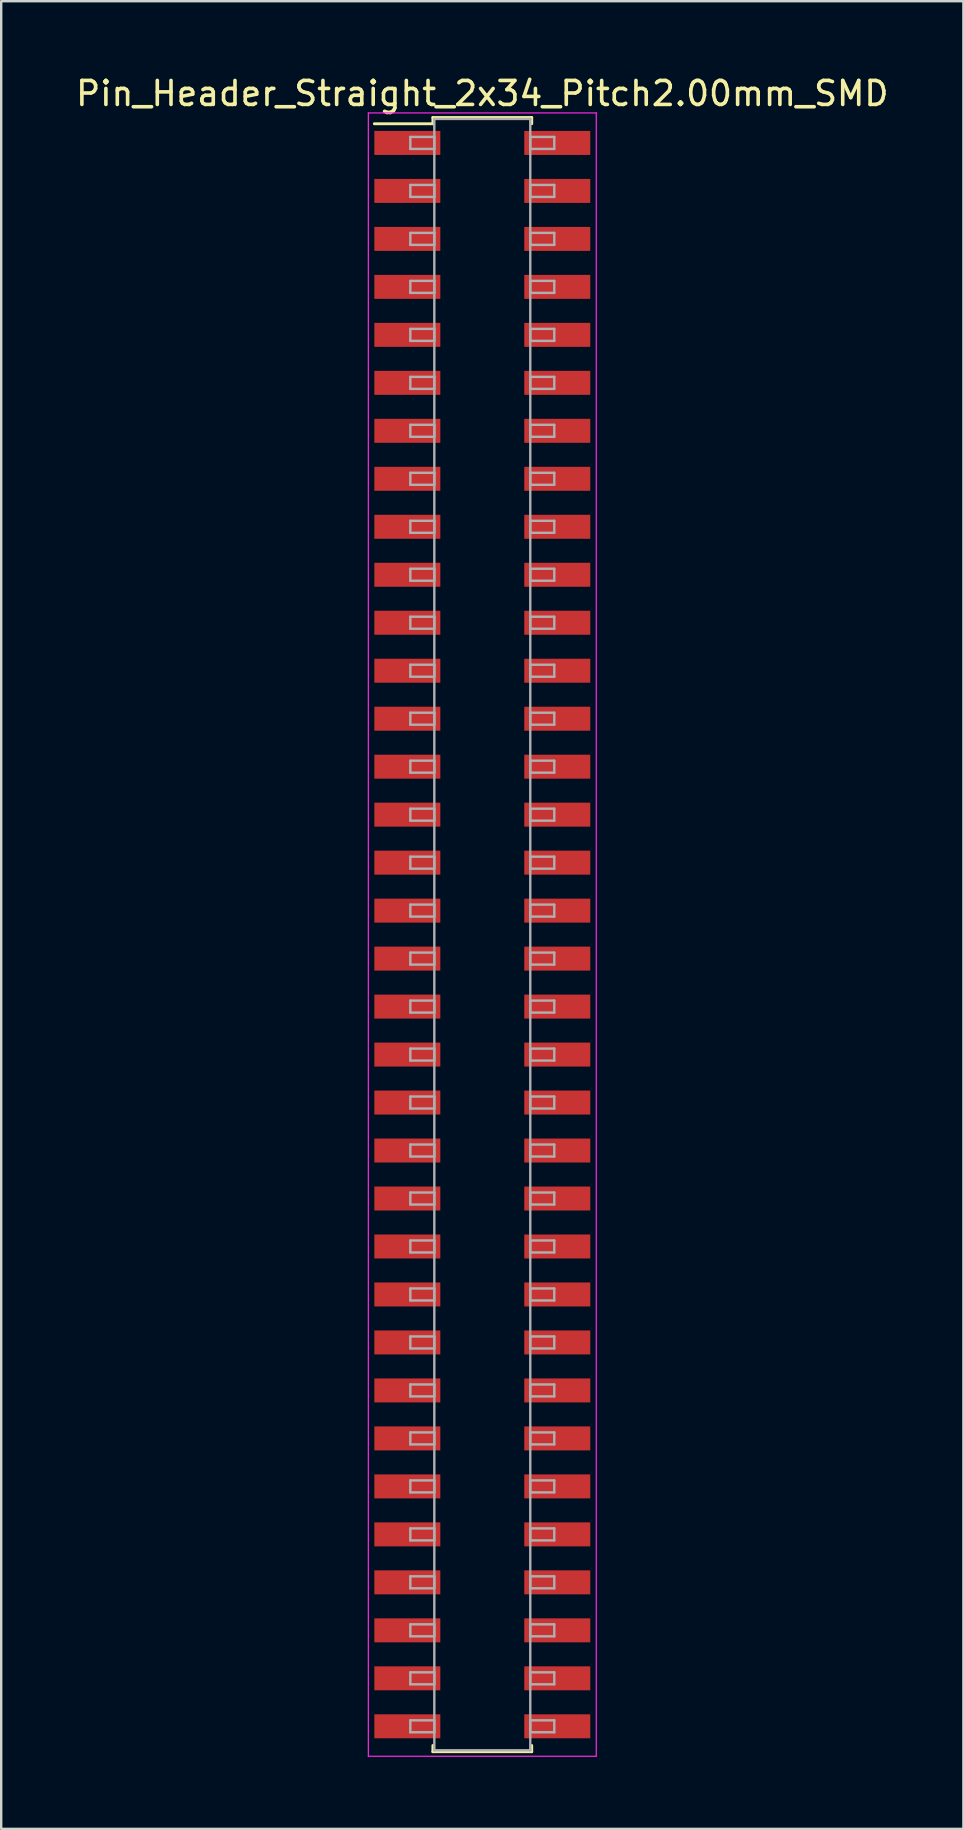
<source format=kicad_pcb>
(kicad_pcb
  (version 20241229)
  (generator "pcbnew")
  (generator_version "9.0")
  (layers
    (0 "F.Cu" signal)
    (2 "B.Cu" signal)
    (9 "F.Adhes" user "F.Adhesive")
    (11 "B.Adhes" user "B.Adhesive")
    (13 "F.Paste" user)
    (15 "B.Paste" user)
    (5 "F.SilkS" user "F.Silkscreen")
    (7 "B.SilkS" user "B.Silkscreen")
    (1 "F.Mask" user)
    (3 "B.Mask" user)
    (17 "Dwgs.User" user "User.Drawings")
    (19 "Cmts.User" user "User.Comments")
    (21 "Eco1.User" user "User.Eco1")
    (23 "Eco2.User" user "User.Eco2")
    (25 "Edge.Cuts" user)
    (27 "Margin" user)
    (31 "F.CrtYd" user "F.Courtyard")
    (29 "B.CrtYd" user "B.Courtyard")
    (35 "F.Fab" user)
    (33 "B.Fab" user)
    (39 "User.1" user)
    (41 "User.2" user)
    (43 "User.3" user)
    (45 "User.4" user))
  (footprint "Pin_Header_Straight_2x34_Pitch2.00mm_SMD"
    (layer "F.Cu")
    (at 17.054 35.908)
    (property "Reference" "Pin_Header_Straight_2x34_Pitch2.00mm_SMD" (at 0 -35.06 0) (layer "F.SilkS") (effects (font (size 1 1) (thickness 0.15))))
    (attr smd)
    (fp_line (start -4.5 -33.8) (end -2.06 -33.8) (stroke (width 0.12) (type solid)) (layer "F.SilkS"))
    (fp_line (start -2.06 -34.06) (end 2.06 -34.06) (stroke (width 0.12) (type solid)) (layer "F.SilkS"))
    (fp_line (start -2.06 -33.8) (end -2.06 -34.06) (stroke (width 0.12) (type solid)) (layer "F.SilkS"))
    (fp_line (start -2.06 33.8) (end -2.06 34.06) (stroke (width 0.12) (type solid)) (layer "F.SilkS"))
    (fp_line (start -2.06 34.06) (end 2.06 34.06) (stroke (width 0.12) (type solid)) (layer "F.SilkS"))
    (fp_line (start 2.06 -34.06) (end 2.06 -33.8) (stroke (width 0.12) (type solid)) (layer "F.SilkS"))
    (fp_line (start 2.06 34.06) (end 2.06 33.8) (stroke (width 0.12) (type solid)) (layer "F.SilkS"))
    (fp_line (start -4.75 -34.25) (end -4.75 34.25) (stroke (width 0.05) (type solid)) (layer "F.CrtYd"))
    (fp_line (start -4.75 34.25) (end 4.75 34.25) (stroke (width 0.05) (type solid)) (layer "F.CrtYd"))
    (fp_line (start 4.75 -34.25) (end -4.75 -34.25) (stroke (width 0.05) (type solid)) (layer "F.CrtYd"))
    (fp_line (start 4.75 34.25) (end 4.75 -34.25) (stroke (width 0.05) (type solid)) (layer "F.CrtYd"))
    (fp_line (start -3 -33.25) (end -2 -33.25) (stroke (width 0.1) (type solid)) (layer "F.Fab"))
    (fp_line (start -3 -32.75) (end -3 -33.25) (stroke (width 0.1) (type solid)) (layer "F.Fab"))
    (fp_line (start -3 -31.25) (end -2 -31.25) (stroke (width 0.1) (type solid)) (layer "F.Fab"))
    (fp_line (start -3 -30.75) (end -3 -31.25) (stroke (width 0.1) (type solid)) (layer "F.Fab"))
    (fp_line (start -3 -29.25) (end -2 -29.25) (stroke (width 0.1) (type solid)) (layer "F.Fab"))
    (fp_line (start -3 -28.75) (end -3 -29.25) (stroke (width 0.1) (type solid)) (layer "F.Fab"))
    (fp_line (start -3 -27.25) (end -2 -27.25) (stroke (width 0.1) (type solid)) (layer "F.Fab"))
    (fp_line (start -3 -26.75) (end -3 -27.25) (stroke (width 0.1) (type solid)) (layer "F.Fab"))
    (fp_line (start -3 -25.25) (end -2 -25.25) (stroke (width 0.1) (type solid)) (layer "F.Fab"))
    (fp_line (start -3 -24.75) (end -3 -25.25) (stroke (width 0.1) (type solid)) (layer "F.Fab"))
    (fp_line (start -3 -23.25) (end -2 -23.25) (stroke (width 0.1) (type solid)) (layer "F.Fab"))
    (fp_line (start -3 -22.75) (end -3 -23.25) (stroke (width 0.1) (type solid)) (layer "F.Fab"))
    (fp_line (start -3 -21.25) (end -2 -21.25) (stroke (width 0.1) (type solid)) (layer "F.Fab"))
    (fp_line (start -3 -20.75) (end -3 -21.25) (stroke (width 0.1) (type solid)) (layer "F.Fab"))
    (fp_line (start -3 -19.25) (end -2 -19.25) (stroke (width 0.1) (type solid)) (layer "F.Fab"))
    (fp_line (start -3 -18.75) (end -3 -19.25) (stroke (width 0.1) (type solid)) (layer "F.Fab"))
    (fp_line (start -3 -17.25) (end -2 -17.25) (stroke (width 0.1) (type solid)) (layer "F.Fab"))
    (fp_line (start -3 -16.75) (end -3 -17.25) (stroke (width 0.1) (type solid)) (layer "F.Fab"))
    (fp_line (start -3 -15.25) (end -2 -15.25) (stroke (width 0.1) (type solid)) (layer "F.Fab"))
    (fp_line (start -3 -14.75) (end -3 -15.25) (stroke (width 0.1) (type solid)) (layer "F.Fab"))
    (fp_line (start -3 -13.25) (end -2 -13.25) (stroke (width 0.1) (type solid)) (layer "F.Fab"))
    (fp_line (start -3 -12.75) (end -3 -13.25) (stroke (width 0.1) (type solid)) (layer "F.Fab"))
    (fp_line (start -3 -11.25) (end -2 -11.25) (stroke (width 0.1) (type solid)) (layer "F.Fab"))
    (fp_line (start -3 -10.75) (end -3 -11.25) (stroke (width 0.1) (type solid)) (layer "F.Fab"))
    (fp_line (start -3 -9.25) (end -2 -9.25) (stroke (width 0.1) (type solid)) (layer "F.Fab"))
    (fp_line (start -3 -8.75) (end -3 -9.25) (stroke (width 0.1) (type solid)) (layer "F.Fab"))
    (fp_line (start -3 -7.25) (end -2 -7.25) (stroke (width 0.1) (type solid)) (layer "F.Fab"))
    (fp_line (start -3 -6.75) (end -3 -7.25) (stroke (width 0.1) (type solid)) (layer "F.Fab"))
    (fp_line (start -3 -5.25) (end -2 -5.25) (stroke (width 0.1) (type solid)) (layer "F.Fab"))
    (fp_line (start -3 -4.75) (end -3 -5.25) (stroke (width 0.1) (type solid)) (layer "F.Fab"))
    (fp_line (start -3 -3.25) (end -2 -3.25) (stroke (width 0.1) (type solid)) (layer "F.Fab"))
    (fp_line (start -3 -2.75) (end -3 -3.25) (stroke (width 0.1) (type solid)) (layer "F.Fab"))
    (fp_line (start -3 -1.25) (end -2 -1.25) (stroke (width 0.1) (type solid)) (layer "F.Fab"))
    (fp_line (start -3 -0.75) (end -3 -1.25) (stroke (width 0.1) (type solid)) (layer "F.Fab"))
    (fp_line (start -3 0.75) (end -2 0.75) (stroke (width 0.1) (type solid)) (layer "F.Fab"))
    (fp_line (start -3 1.25) (end -3 0.75) (stroke (width 0.1) (type solid)) (layer "F.Fab"))
    (fp_line (start -3 2.75) (end -2 2.75) (stroke (width 0.1) (type solid)) (layer "F.Fab"))
    (fp_line (start -3 3.25) (end -3 2.75) (stroke (width 0.1) (type solid)) (layer "F.Fab"))
    (fp_line (start -3 4.75) (end -2 4.75) (stroke (width 0.1) (type solid)) (layer "F.Fab"))
    (fp_line (start -3 5.25) (end -3 4.75) (stroke (width 0.1) (type solid)) (layer "F.Fab"))
    (fp_line (start -3 6.75) (end -2 6.75) (stroke (width 0.1) (type solid)) (layer "F.Fab"))
    (fp_line (start -3 7.25) (end -3 6.75) (stroke (width 0.1) (type solid)) (layer "F.Fab"))
    (fp_line (start -3 8.75) (end -2 8.75) (stroke (width 0.1) (type solid)) (layer "F.Fab"))
    (fp_line (start -3 9.25) (end -3 8.75) (stroke (width 0.1) (type solid)) (layer "F.Fab"))
    (fp_line (start -3 10.75) (end -2 10.75) (stroke (width 0.1) (type solid)) (layer "F.Fab"))
    (fp_line (start -3 11.25) (end -3 10.75) (stroke (width 0.1) (type solid)) (layer "F.Fab"))
    (fp_line (start -3 12.75) (end -2 12.75) (stroke (width 0.1) (type solid)) (layer "F.Fab"))
    (fp_line (start -3 13.25) (end -3 12.75) (stroke (width 0.1) (type solid)) (layer "F.Fab"))
    (fp_line (start -3 14.75) (end -2 14.75) (stroke (width 0.1) (type solid)) (layer "F.Fab"))
    (fp_line (start -3 15.25) (end -3 14.75) (stroke (width 0.1) (type solid)) (layer "F.Fab"))
    (fp_line (start -3 16.75) (end -2 16.75) (stroke (width 0.1) (type solid)) (layer "F.Fab"))
    (fp_line (start -3 17.25) (end -3 16.75) (stroke (width 0.1) (type solid)) (layer "F.Fab"))
    (fp_line (start -3 18.75) (end -2 18.75) (stroke (width 0.1) (type solid)) (layer "F.Fab"))
    (fp_line (start -3 19.25) (end -3 18.75) (stroke (width 0.1) (type solid)) (layer "F.Fab"))
    (fp_line (start -3 20.75) (end -2 20.75) (stroke (width 0.1) (type solid)) (layer "F.Fab"))
    (fp_line (start -3 21.25) (end -3 20.75) (stroke (width 0.1) (type solid)) (layer "F.Fab"))
    (fp_line (start -3 22.75) (end -2 22.75) (stroke (width 0.1) (type solid)) (layer "F.Fab"))
    (fp_line (start -3 23.25) (end -3 22.75) (stroke (width 0.1) (type solid)) (layer "F.Fab"))
    (fp_line (start -3 24.75) (end -2 24.75) (stroke (width 0.1) (type solid)) (layer "F.Fab"))
    (fp_line (start -3 25.25) (end -3 24.75) (stroke (width 0.1) (type solid)) (layer "F.Fab"))
    (fp_line (start -3 26.75) (end -2 26.75) (stroke (width 0.1) (type solid)) (layer "F.Fab"))
    (fp_line (start -3 27.25) (end -3 26.75) (stroke (width 0.1) (type solid)) (layer "F.Fab"))
    (fp_line (start -3 28.75) (end -2 28.75) (stroke (width 0.1) (type solid)) (layer "F.Fab"))
    (fp_line (start -3 29.25) (end -3 28.75) (stroke (width 0.1) (type solid)) (layer "F.Fab"))
    (fp_line (start -3 30.75) (end -2 30.75) (stroke (width 0.1) (type solid)) (layer "F.Fab"))
    (fp_line (start -3 31.25) (end -3 30.75) (stroke (width 0.1) (type solid)) (layer "F.Fab"))
    (fp_line (start -3 32.75) (end -2 32.75) (stroke (width 0.1) (type solid)) (layer "F.Fab"))
    (fp_line (start -3 33.25) (end -3 32.75) (stroke (width 0.1) (type solid)) (layer "F.Fab"))
    (fp_line (start -2 -34) (end -2 34) (stroke (width 0.1) (type solid)) (layer "F.Fab"))
    (fp_line (start -2 -33.25) (end -2 -32.75) (stroke (width 0.1) (type solid)) (layer "F.Fab"))
    (fp_line (start -2 -32.75) (end -3 -32.75) (stroke (width 0.1) (type solid)) (layer "F.Fab"))
    (fp_line (start -2 -31.25) (end -2 -30.75) (stroke (width 0.1) (type solid)) (layer "F.Fab"))
    (fp_line (start -2 -30.75) (end -3 -30.75) (stroke (width 0.1) (type solid)) (layer "F.Fab"))
    (fp_line (start -2 -29.25) (end -2 -28.75) (stroke (width 0.1) (type solid)) (layer "F.Fab"))
    (fp_line (start -2 -28.75) (end -3 -28.75) (stroke (width 0.1) (type solid)) (layer "F.Fab"))
    (fp_line (start -2 -27.25) (end -2 -26.75) (stroke (width 0.1) (type solid)) (layer "F.Fab"))
    (fp_line (start -2 -26.75) (end -3 -26.75) (stroke (width 0.1) (type solid)) (layer "F.Fab"))
    (fp_line (start -2 -25.25) (end -2 -24.75) (stroke (width 0.1) (type solid)) (layer "F.Fab"))
    (fp_line (start -2 -24.75) (end -3 -24.75) (stroke (width 0.1) (type solid)) (layer "F.Fab"))
    (fp_line (start -2 -23.25) (end -2 -22.75) (stroke (width 0.1) (type solid)) (layer "F.Fab"))
    (fp_line (start -2 -22.75) (end -3 -22.75) (stroke (width 0.1) (type solid)) (layer "F.Fab"))
    (fp_line (start -2 -21.25) (end -2 -20.75) (stroke (width 0.1) (type solid)) (layer "F.Fab"))
    (fp_line (start -2 -20.75) (end -3 -20.75) (stroke (width 0.1) (type solid)) (layer "F.Fab"))
    (fp_line (start -2 -19.25) (end -2 -18.75) (stroke (width 0.1) (type solid)) (layer "F.Fab"))
    (fp_line (start -2 -18.75) (end -3 -18.75) (stroke (width 0.1) (type solid)) (layer "F.Fab"))
    (fp_line (start -2 -17.25) (end -2 -16.75) (stroke (width 0.1) (type solid)) (layer "F.Fab"))
    (fp_line (start -2 -16.75) (end -3 -16.75) (stroke (width 0.1) (type solid)) (layer "F.Fab"))
    (fp_line (start -2 -15.25) (end -2 -14.75) (stroke (width 0.1) (type solid)) (layer "F.Fab"))
    (fp_line (start -2 -14.75) (end -3 -14.75) (stroke (width 0.1) (type solid)) (layer "F.Fab"))
    (fp_line (start -2 -13.25) (end -2 -12.75) (stroke (width 0.1) (type solid)) (layer "F.Fab"))
    (fp_line (start -2 -12.75) (end -3 -12.75) (stroke (width 0.1) (type solid)) (layer "F.Fab"))
    (fp_line (start -2 -11.25) (end -2 -10.75) (stroke (width 0.1) (type solid)) (layer "F.Fab"))
    (fp_line (start -2 -10.75) (end -3 -10.75) (stroke (width 0.1) (type solid)) (layer "F.Fab"))
    (fp_line (start -2 -9.25) (end -2 -8.75) (stroke (width 0.1) (type solid)) (layer "F.Fab"))
    (fp_line (start -2 -8.75) (end -3 -8.75) (stroke (width 0.1) (type solid)) (layer "F.Fab"))
    (fp_line (start -2 -7.25) (end -2 -6.75) (stroke (width 0.1) (type solid)) (layer "F.Fab"))
    (fp_line (start -2 -6.75) (end -3 -6.75) (stroke (width 0.1) (type solid)) (layer "F.Fab"))
    (fp_line (start -2 -5.25) (end -2 -4.75) (stroke (width 0.1) (type solid)) (layer "F.Fab"))
    (fp_line (start -2 -4.75) (end -3 -4.75) (stroke (width 0.1) (type solid)) (layer "F.Fab"))
    (fp_line (start -2 -3.25) (end -2 -2.75) (stroke (width 0.1) (type solid)) (layer "F.Fab"))
    (fp_line (start -2 -2.75) (end -3 -2.75) (stroke (width 0.1) (type solid)) (layer "F.Fab"))
    (fp_line (start -2 -1.25) (end -2 -0.75) (stroke (width 0.1) (type solid)) (layer "F.Fab"))
    (fp_line (start -2 -0.75) (end -3 -0.75) (stroke (width 0.1) (type solid)) (layer "F.Fab"))
    (fp_line (start -2 0.75) (end -2 1.25) (stroke (width 0.1) (type solid)) (layer "F.Fab"))
    (fp_line (start -2 1.25) (end -3 1.25) (stroke (width 0.1) (type solid)) (layer "F.Fab"))
    (fp_line (start -2 2.75) (end -2 3.25) (stroke (width 0.1) (type solid)) (layer "F.Fab"))
    (fp_line (start -2 3.25) (end -3 3.25) (stroke (width 0.1) (type solid)) (layer "F.Fab"))
    (fp_line (start -2 4.75) (end -2 5.25) (stroke (width 0.1) (type solid)) (layer "F.Fab"))
    (fp_line (start -2 5.25) (end -3 5.25) (stroke (width 0.1) (type solid)) (layer "F.Fab"))
    (fp_line (start -2 6.75) (end -2 7.25) (stroke (width 0.1) (type solid)) (layer "F.Fab"))
    (fp_line (start -2 7.25) (end -3 7.25) (stroke (width 0.1) (type solid)) (layer "F.Fab"))
    (fp_line (start -2 8.75) (end -2 9.25) (stroke (width 0.1) (type solid)) (layer "F.Fab"))
    (fp_line (start -2 9.25) (end -3 9.25) (stroke (width 0.1) (type solid)) (layer "F.Fab"))
    (fp_line (start -2 10.75) (end -2 11.25) (stroke (width 0.1) (type solid)) (layer "F.Fab"))
    (fp_line (start -2 11.25) (end -3 11.25) (stroke (width 0.1) (type solid)) (layer "F.Fab"))
    (fp_line (start -2 12.75) (end -2 13.25) (stroke (width 0.1) (type solid)) (layer "F.Fab"))
    (fp_line (start -2 13.25) (end -3 13.25) (stroke (width 0.1) (type solid)) (layer "F.Fab"))
    (fp_line (start -2 14.75) (end -2 15.25) (stroke (width 0.1) (type solid)) (layer "F.Fab"))
    (fp_line (start -2 15.25) (end -3 15.25) (stroke (width 0.1) (type solid)) (layer "F.Fab"))
    (fp_line (start -2 16.75) (end -2 17.25) (stroke (width 0.1) (type solid)) (layer "F.Fab"))
    (fp_line (start -2 17.25) (end -3 17.25) (stroke (width 0.1) (type solid)) (layer "F.Fab"))
    (fp_line (start -2 18.75) (end -2 19.25) (stroke (width 0.1) (type solid)) (layer "F.Fab"))
    (fp_line (start -2 19.25) (end -3 19.25) (stroke (width 0.1) (type solid)) (layer "F.Fab"))
    (fp_line (start -2 20.75) (end -2 21.25) (stroke (width 0.1) (type solid)) (layer "F.Fab"))
    (fp_line (start -2 21.25) (end -3 21.25) (stroke (width 0.1) (type solid)) (layer "F.Fab"))
    (fp_line (start -2 22.75) (end -2 23.25) (stroke (width 0.1) (type solid)) (layer "F.Fab"))
    (fp_line (start -2 23.25) (end -3 23.25) (stroke (width 0.1) (type solid)) (layer "F.Fab"))
    (fp_line (start -2 24.75) (end -2 25.25) (stroke (width 0.1) (type solid)) (layer "F.Fab"))
    (fp_line (start -2 25.25) (end -3 25.25) (stroke (width 0.1) (type solid)) (layer "F.Fab"))
    (fp_line (start -2 26.75) (end -2 27.25) (stroke (width 0.1) (type solid)) (layer "F.Fab"))
    (fp_line (start -2 27.25) (end -3 27.25) (stroke (width 0.1) (type solid)) (layer "F.Fab"))
    (fp_line (start -2 28.75) (end -2 29.25) (stroke (width 0.1) (type solid)) (layer "F.Fab"))
    (fp_line (start -2 29.25) (end -3 29.25) (stroke (width 0.1) (type solid)) (layer "F.Fab"))
    (fp_line (start -2 30.75) (end -2 31.25) (stroke (width 0.1) (type solid)) (layer "F.Fab"))
    (fp_line (start -2 31.25) (end -3 31.25) (stroke (width 0.1) (type solid)) (layer "F.Fab"))
    (fp_line (start -2 32.75) (end -2 33.25) (stroke (width 0.1) (type solid)) (layer "F.Fab"))
    (fp_line (start -2 33.25) (end -3 33.25) (stroke (width 0.1) (type solid)) (layer "F.Fab"))
    (fp_line (start -2 34) (end 2 34) (stroke (width 0.1) (type solid)) (layer "F.Fab"))
    (fp_line (start 2 -34) (end -2 -34) (stroke (width 0.1) (type solid)) (layer "F.Fab"))
    (fp_line (start 2 -33.25) (end 2 -32.75) (stroke (width 0.1) (type solid)) (layer "F.Fab"))
    (fp_line (start 2 -32.75) (end 3 -32.75) (stroke (width 0.1) (type solid)) (layer "F.Fab"))
    (fp_line (start 2 -31.25) (end 2 -30.75) (stroke (width 0.1) (type solid)) (layer "F.Fab"))
    (fp_line (start 2 -30.75) (end 3 -30.75) (stroke (width 0.1) (type solid)) (layer "F.Fab"))
    (fp_line (start 2 -29.25) (end 2 -28.75) (stroke (width 0.1) (type solid)) (layer "F.Fab"))
    (fp_line (start 2 -28.75) (end 3 -28.75) (stroke (width 0.1) (type solid)) (layer "F.Fab"))
    (fp_line (start 2 -27.25) (end 2 -26.75) (stroke (width 0.1) (type solid)) (layer "F.Fab"))
    (fp_line (start 2 -26.75) (end 3 -26.75) (stroke (width 0.1) (type solid)) (layer "F.Fab"))
    (fp_line (start 2 -25.25) (end 2 -24.75) (stroke (width 0.1) (type solid)) (layer "F.Fab"))
    (fp_line (start 2 -24.75) (end 3 -24.75) (stroke (width 0.1) (type solid)) (layer "F.Fab"))
    (fp_line (start 2 -23.25) (end 2 -22.75) (stroke (width 0.1) (type solid)) (layer "F.Fab"))
    (fp_line (start 2 -22.75) (end 3 -22.75) (stroke (width 0.1) (type solid)) (layer "F.Fab"))
    (fp_line (start 2 -21.25) (end 2 -20.75) (stroke (width 0.1) (type solid)) (layer "F.Fab"))
    (fp_line (start 2 -20.75) (end 3 -20.75) (stroke (width 0.1) (type solid)) (layer "F.Fab"))
    (fp_line (start 2 -19.25) (end 2 -18.75) (stroke (width 0.1) (type solid)) (layer "F.Fab"))
    (fp_line (start 2 -18.75) (end 3 -18.75) (stroke (width 0.1) (type solid)) (layer "F.Fab"))
    (fp_line (start 2 -17.25) (end 2 -16.75) (stroke (width 0.1) (type solid)) (layer "F.Fab"))
    (fp_line (start 2 -16.75) (end 3 -16.75) (stroke (width 0.1) (type solid)) (layer "F.Fab"))
    (fp_line (start 2 -15.25) (end 2 -14.75) (stroke (width 0.1) (type solid)) (layer "F.Fab"))
    (fp_line (start 2 -14.75) (end 3 -14.75) (stroke (width 0.1) (type solid)) (layer "F.Fab"))
    (fp_line (start 2 -13.25) (end 2 -12.75) (stroke (width 0.1) (type solid)) (layer "F.Fab"))
    (fp_line (start 2 -12.75) (end 3 -12.75) (stroke (width 0.1) (type solid)) (layer "F.Fab"))
    (fp_line (start 2 -11.25) (end 2 -10.75) (stroke (width 0.1) (type solid)) (layer "F.Fab"))
    (fp_line (start 2 -10.75) (end 3 -10.75) (stroke (width 0.1) (type solid)) (layer "F.Fab"))
    (fp_line (start 2 -9.25) (end 2 -8.75) (stroke (width 0.1) (type solid)) (layer "F.Fab"))
    (fp_line (start 2 -8.75) (end 3 -8.75) (stroke (width 0.1) (type solid)) (layer "F.Fab"))
    (fp_line (start 2 -7.25) (end 2 -6.75) (stroke (width 0.1) (type solid)) (layer "F.Fab"))
    (fp_line (start 2 -6.75) (end 3 -6.75) (stroke (width 0.1) (type solid)) (layer "F.Fab"))
    (fp_line (start 2 -5.25) (end 2 -4.75) (stroke (width 0.1) (type solid)) (layer "F.Fab"))
    (fp_line (start 2 -4.75) (end 3 -4.75) (stroke (width 0.1) (type solid)) (layer "F.Fab"))
    (fp_line (start 2 -3.25) (end 2 -2.75) (stroke (width 0.1) (type solid)) (layer "F.Fab"))
    (fp_line (start 2 -2.75) (end 3 -2.75) (stroke (width 0.1) (type solid)) (layer "F.Fab"))
    (fp_line (start 2 -1.25) (end 2 -0.75) (stroke (width 0.1) (type solid)) (layer "F.Fab"))
    (fp_line (start 2 -0.75) (end 3 -0.75) (stroke (width 0.1) (type solid)) (layer "F.Fab"))
    (fp_line (start 2 0.75) (end 2 1.25) (stroke (width 0.1) (type solid)) (layer "F.Fab"))
    (fp_line (start 2 1.25) (end 3 1.25) (stroke (width 0.1) (type solid)) (layer "F.Fab"))
    (fp_line (start 2 2.75) (end 2 3.25) (stroke (width 0.1) (type solid)) (layer "F.Fab"))
    (fp_line (start 2 3.25) (end 3 3.25) (stroke (width 0.1) (type solid)) (layer "F.Fab"))
    (fp_line (start 2 4.75) (end 2 5.25) (stroke (width 0.1) (type solid)) (layer "F.Fab"))
    (fp_line (start 2 5.25) (end 3 5.25) (stroke (width 0.1) (type solid)) (layer "F.Fab"))
    (fp_line (start 2 6.75) (end 2 7.25) (stroke (width 0.1) (type solid)) (layer "F.Fab"))
    (fp_line (start 2 7.25) (end 3 7.25) (stroke (width 0.1) (type solid)) (layer "F.Fab"))
    (fp_line (start 2 8.75) (end 2 9.25) (stroke (width 0.1) (type solid)) (layer "F.Fab"))
    (fp_line (start 2 9.25) (end 3 9.25) (stroke (width 0.1) (type solid)) (layer "F.Fab"))
    (fp_line (start 2 10.75) (end 2 11.25) (stroke (width 0.1) (type solid)) (layer "F.Fab"))
    (fp_line (start 2 11.25) (end 3 11.25) (stroke (width 0.1) (type solid)) (layer "F.Fab"))
    (fp_line (start 2 12.75) (end 2 13.25) (stroke (width 0.1) (type solid)) (layer "F.Fab"))
    (fp_line (start 2 13.25) (end 3 13.25) (stroke (width 0.1) (type solid)) (layer "F.Fab"))
    (fp_line (start 2 14.75) (end 2 15.25) (stroke (width 0.1) (type solid)) (layer "F.Fab"))
    (fp_line (start 2 15.25) (end 3 15.25) (stroke (width 0.1) (type solid)) (layer "F.Fab"))
    (fp_line (start 2 16.75) (end 2 17.25) (stroke (width 0.1) (type solid)) (layer "F.Fab"))
    (fp_line (start 2 17.25) (end 3 17.25) (stroke (width 0.1) (type solid)) (layer "F.Fab"))
    (fp_line (start 2 18.75) (end 2 19.25) (stroke (width 0.1) (type solid)) (layer "F.Fab"))
    (fp_line (start 2 19.25) (end 3 19.25) (stroke (width 0.1) (type solid)) (layer "F.Fab"))
    (fp_line (start 2 20.75) (end 2 21.25) (stroke (width 0.1) (type solid)) (layer "F.Fab"))
    (fp_line (start 2 21.25) (end 3 21.25) (stroke (width 0.1) (type solid)) (layer "F.Fab"))
    (fp_line (start 2 22.75) (end 2 23.25) (stroke (width 0.1) (type solid)) (layer "F.Fab"))
    (fp_line (start 2 23.25) (end 3 23.25) (stroke (width 0.1) (type solid)) (layer "F.Fab"))
    (fp_line (start 2 24.75) (end 2 25.25) (stroke (width 0.1) (type solid)) (layer "F.Fab"))
    (fp_line (start 2 25.25) (end 3 25.25) (stroke (width 0.1) (type solid)) (layer "F.Fab"))
    (fp_line (start 2 26.75) (end 2 27.25) (stroke (width 0.1) (type solid)) (layer "F.Fab"))
    (fp_line (start 2 27.25) (end 3 27.25) (stroke (width 0.1) (type solid)) (layer "F.Fab"))
    (fp_line (start 2 28.75) (end 2 29.25) (stroke (width 0.1) (type solid)) (layer "F.Fab"))
    (fp_line (start 2 29.25) (end 3 29.25) (stroke (width 0.1) (type solid)) (layer "F.Fab"))
    (fp_line (start 2 30.75) (end 2 31.25) (stroke (width 0.1) (type solid)) (layer "F.Fab"))
    (fp_line (start 2 31.25) (end 3 31.25) (stroke (width 0.1) (type solid)) (layer "F.Fab"))
    (fp_line (start 2 32.75) (end 2 33.25) (stroke (width 0.1) (type solid)) (layer "F.Fab"))
    (fp_line (start 2 33.25) (end 3 33.25) (stroke (width 0.1) (type solid)) (layer "F.Fab"))
    (fp_line (start 2 34) (end 2 -34) (stroke (width 0.1) (type solid)) (layer "F.Fab"))
    (fp_line (start 3 -33.25) (end 2 -33.25) (stroke (width 0.1) (type solid)) (layer "F.Fab"))
    (fp_line (start 3 -32.75) (end 3 -33.25) (stroke (width 0.1) (type solid)) (layer "F.Fab"))
    (fp_line (start 3 -31.25) (end 2 -31.25) (stroke (width 0.1) (type solid)) (layer "F.Fab"))
    (fp_line (start 3 -30.75) (end 3 -31.25) (stroke (width 0.1) (type solid)) (layer "F.Fab"))
    (fp_line (start 3 -29.25) (end 2 -29.25) (stroke (width 0.1) (type solid)) (layer "F.Fab"))
    (fp_line (start 3 -28.75) (end 3 -29.25) (stroke (width 0.1) (type solid)) (layer "F.Fab"))
    (fp_line (start 3 -27.25) (end 2 -27.25) (stroke (width 0.1) (type solid)) (layer "F.Fab"))
    (fp_line (start 3 -26.75) (end 3 -27.25) (stroke (width 0.1) (type solid)) (layer "F.Fab"))
    (fp_line (start 3 -25.25) (end 2 -25.25) (stroke (width 0.1) (type solid)) (layer "F.Fab"))
    (fp_line (start 3 -24.75) (end 3 -25.25) (stroke (width 0.1) (type solid)) (layer "F.Fab"))
    (fp_line (start 3 -23.25) (end 2 -23.25) (stroke (width 0.1) (type solid)) (layer "F.Fab"))
    (fp_line (start 3 -22.75) (end 3 -23.25) (stroke (width 0.1) (type solid)) (layer "F.Fab"))
    (fp_line (start 3 -21.25) (end 2 -21.25) (stroke (width 0.1) (type solid)) (layer "F.Fab"))
    (fp_line (start 3 -20.75) (end 3 -21.25) (stroke (width 0.1) (type solid)) (layer "F.Fab"))
    (fp_line (start 3 -19.25) (end 2 -19.25) (stroke (width 0.1) (type solid)) (layer "F.Fab"))
    (fp_line (start 3 -18.75) (end 3 -19.25) (stroke (width 0.1) (type solid)) (layer "F.Fab"))
    (fp_line (start 3 -17.25) (end 2 -17.25) (stroke (width 0.1) (type solid)) (layer "F.Fab"))
    (fp_line (start 3 -16.75) (end 3 -17.25) (stroke (width 0.1) (type solid)) (layer "F.Fab"))
    (fp_line (start 3 -15.25) (end 2 -15.25) (stroke (width 0.1) (type solid)) (layer "F.Fab"))
    (fp_line (start 3 -14.75) (end 3 -15.25) (stroke (width 0.1) (type solid)) (layer "F.Fab"))
    (fp_line (start 3 -13.25) (end 2 -13.25) (stroke (width 0.1) (type solid)) (layer "F.Fab"))
    (fp_line (start 3 -12.75) (end 3 -13.25) (stroke (width 0.1) (type solid)) (layer "F.Fab"))
    (fp_line (start 3 -11.25) (end 2 -11.25) (stroke (width 0.1) (type solid)) (layer "F.Fab"))
    (fp_line (start 3 -10.75) (end 3 -11.25) (stroke (width 0.1) (type solid)) (layer "F.Fab"))
    (fp_line (start 3 -9.25) (end 2 -9.25) (stroke (width 0.1) (type solid)) (layer "F.Fab"))
    (fp_line (start 3 -8.75) (end 3 -9.25) (stroke (width 0.1) (type solid)) (layer "F.Fab"))
    (fp_line (start 3 -7.25) (end 2 -7.25) (stroke (width 0.1) (type solid)) (layer "F.Fab"))
    (fp_line (start 3 -6.75) (end 3 -7.25) (stroke (width 0.1) (type solid)) (layer "F.Fab"))
    (fp_line (start 3 -5.25) (end 2 -5.25) (stroke (width 0.1) (type solid)) (layer "F.Fab"))
    (fp_line (start 3 -4.75) (end 3 -5.25) (stroke (width 0.1) (type solid)) (layer "F.Fab"))
    (fp_line (start 3 -3.25) (end 2 -3.25) (stroke (width 0.1) (type solid)) (layer "F.Fab"))
    (fp_line (start 3 -2.75) (end 3 -3.25) (stroke (width 0.1) (type solid)) (layer "F.Fab"))
    (fp_line (start 3 -1.25) (end 2 -1.25) (stroke (width 0.1) (type solid)) (layer "F.Fab"))
    (fp_line (start 3 -0.75) (end 3 -1.25) (stroke (width 0.1) (type solid)) (layer "F.Fab"))
    (fp_line (start 3 0.75) (end 2 0.75) (stroke (width 0.1) (type solid)) (layer "F.Fab"))
    (fp_line (start 3 1.25) (end 3 0.75) (stroke (width 0.1) (type solid)) (layer "F.Fab"))
    (fp_line (start 3 2.75) (end 2 2.75) (stroke (width 0.1) (type solid)) (layer "F.Fab"))
    (fp_line (start 3 3.25) (end 3 2.75) (stroke (width 0.1) (type solid)) (layer "F.Fab"))
    (fp_line (start 3 4.75) (end 2 4.75) (stroke (width 0.1) (type solid)) (layer "F.Fab"))
    (fp_line (start 3 5.25) (end 3 4.75) (stroke (width 0.1) (type solid)) (layer "F.Fab"))
    (fp_line (start 3 6.75) (end 2 6.75) (stroke (width 0.1) (type solid)) (layer "F.Fab"))
    (fp_line (start 3 7.25) (end 3 6.75) (stroke (width 0.1) (type solid)) (layer "F.Fab"))
    (fp_line (start 3 8.75) (end 2 8.75) (stroke (width 0.1) (type solid)) (layer "F.Fab"))
    (fp_line (start 3 9.25) (end 3 8.75) (stroke (width 0.1) (type solid)) (layer "F.Fab"))
    (fp_line (start 3 10.75) (end 2 10.75) (stroke (width 0.1) (type solid)) (layer "F.Fab"))
    (fp_line (start 3 11.25) (end 3 10.75) (stroke (width 0.1) (type solid)) (layer "F.Fab"))
    (fp_line (start 3 12.75) (end 2 12.75) (stroke (width 0.1) (type solid)) (layer "F.Fab"))
    (fp_line (start 3 13.25) (end 3 12.75) (stroke (width 0.1) (type solid)) (layer "F.Fab"))
    (fp_line (start 3 14.75) (end 2 14.75) (stroke (width 0.1) (type solid)) (layer "F.Fab"))
    (fp_line (start 3 15.25) (end 3 14.75) (stroke (width 0.1) (type solid)) (layer "F.Fab"))
    (fp_line (start 3 16.75) (end 2 16.75) (stroke (width 0.1) (type solid)) (layer "F.Fab"))
    (fp_line (start 3 17.25) (end 3 16.75) (stroke (width 0.1) (type solid)) (layer "F.Fab"))
    (fp_line (start 3 18.75) (end 2 18.75) (stroke (width 0.1) (type solid)) (layer "F.Fab"))
    (fp_line (start 3 19.25) (end 3 18.75) (stroke (width 0.1) (type solid)) (layer "F.Fab"))
    (fp_line (start 3 20.75) (end 2 20.75) (stroke (width 0.1) (type solid)) (layer "F.Fab"))
    (fp_line (start 3 21.25) (end 3 20.75) (stroke (width 0.1) (type solid)) (layer "F.Fab"))
    (fp_line (start 3 22.75) (end 2 22.75) (stroke (width 0.1) (type solid)) (layer "F.Fab"))
    (fp_line (start 3 23.25) (end 3 22.75) (stroke (width 0.1) (type solid)) (layer "F.Fab"))
    (fp_line (start 3 24.75) (end 2 24.75) (stroke (width 0.1) (type solid)) (layer "F.Fab"))
    (fp_line (start 3 25.25) (end 3 24.75) (stroke (width 0.1) (type solid)) (layer "F.Fab"))
    (fp_line (start 3 26.75) (end 2 26.75) (stroke (width 0.1) (type solid)) (layer "F.Fab"))
    (fp_line (start 3 27.25) (end 3 26.75) (stroke (width 0.1) (type solid)) (layer "F.Fab"))
    (fp_line (start 3 28.75) (end 2 28.75) (stroke (width 0.1) (type solid)) (layer "F.Fab"))
    (fp_line (start 3 29.25) (end 3 28.75) (stroke (width 0.1) (type solid)) (layer "F.Fab"))
    (fp_line (start 3 30.75) (end 2 30.75) (stroke (width 0.1) (type solid)) (layer "F.Fab"))
    (fp_line (start 3 31.25) (end 3 30.75) (stroke (width 0.1) (type solid)) (layer "F.Fab"))
    (fp_line (start 3 32.75) (end 2 32.75) (stroke (width 0.1) (type solid)) (layer "F.Fab"))
    (fp_line (start 3 33.25) (end 3 32.75) (stroke (width 0.1) (type solid)) (layer "F.Fab"))
    (pad "1" smd rect (at -3.125 -33) (size 2.75 1) (layers "F.Cu" "F.Mask"))
    (pad "2" smd rect (at 3.125 -33) (size 2.75 1) (layers "F.Cu" "F.Mask"))
    (pad "3" smd rect (at -3.125 -31) (size 2.75 1) (layers "F.Cu" "F.Mask"))
    (pad "4" smd rect (at 3.125 -31) (size 2.75 1) (layers "F.Cu" "F.Mask"))
    (pad "5" smd rect (at -3.125 -29) (size 2.75 1) (layers "F.Cu" "F.Mask"))
    (pad "6" smd rect (at 3.125 -29) (size 2.75 1) (layers "F.Cu" "F.Mask"))
    (pad "7" smd rect (at -3.125 -27) (size 2.75 1) (layers "F.Cu" "F.Mask"))
    (pad "8" smd rect (at 3.125 -27) (size 2.75 1) (layers "F.Cu" "F.Mask"))
    (pad "9" smd rect (at -3.125 -25) (size 2.75 1) (layers "F.Cu" "F.Mask"))
    (pad "10" smd rect (at 3.125 -25) (size 2.75 1) (layers "F.Cu" "F.Mask"))
    (pad "11" smd rect (at -3.125 -23) (size 2.75 1) (layers "F.Cu" "F.Mask"))
    (pad "12" smd rect (at 3.125 -23) (size 2.75 1) (layers "F.Cu" "F.Mask"))
    (pad "13" smd rect (at -3.125 -21) (size 2.75 1) (layers "F.Cu" "F.Mask"))
    (pad "14" smd rect (at 3.125 -21) (size 2.75 1) (layers "F.Cu" "F.Mask"))
    (pad "15" smd rect (at -3.125 -19) (size 2.75 1) (layers "F.Cu" "F.Mask"))
    (pad "16" smd rect (at 3.125 -19) (size 2.75 1) (layers "F.Cu" "F.Mask"))
    (pad "17" smd rect (at -3.125 -17) (size 2.75 1) (layers "F.Cu" "F.Mask"))
    (pad "18" smd rect (at 3.125 -17) (size 2.75 1) (layers "F.Cu" "F.Mask"))
    (pad "19" smd rect (at -3.125 -15) (size 2.75 1) (layers "F.Cu" "F.Mask"))
    (pad "20" smd rect (at 3.125 -15) (size 2.75 1) (layers "F.Cu" "F.Mask"))
    (pad "21" smd rect (at -3.125 -13) (size 2.75 1) (layers "F.Cu" "F.Mask"))
    (pad "22" smd rect (at 3.125 -13) (size 2.75 1) (layers "F.Cu" "F.Mask"))
    (pad "23" smd rect (at -3.125 -11) (size 2.75 1) (layers "F.Cu" "F.Mask"))
    (pad "24" smd rect (at 3.125 -11) (size 2.75 1) (layers "F.Cu" "F.Mask"))
    (pad "25" smd rect (at -3.125 -9) (size 2.75 1) (layers "F.Cu" "F.Mask"))
    (pad "26" smd rect (at 3.125 -9) (size 2.75 1) (layers "F.Cu" "F.Mask"))
    (pad "27" smd rect (at -3.125 -7) (size 2.75 1) (layers "F.Cu" "F.Mask"))
    (pad "28" smd rect (at 3.125 -7) (size 2.75 1) (layers "F.Cu" "F.Mask"))
    (pad "29" smd rect (at -3.125 -5) (size 2.75 1) (layers "F.Cu" "F.Mask"))
    (pad "30" smd rect (at 3.125 -5) (size 2.75 1) (layers "F.Cu" "F.Mask"))
    (pad "31" smd rect (at -3.125 -3) (size 2.75 1) (layers "F.Cu" "F.Mask"))
    (pad "32" smd rect (at 3.125 -3) (size 2.75 1) (layers "F.Cu" "F.Mask"))
    (pad "33" smd rect (at -3.125 -1) (size 2.75 1) (layers "F.Cu" "F.Mask"))
    (pad "34" smd rect (at 3.125 -1) (size 2.75 1) (layers "F.Cu" "F.Mask"))
    (pad "35" smd rect (at -3.125 1) (size 2.75 1) (layers "F.Cu" "F.Mask"))
    (pad "36" smd rect (at 3.125 1) (size 2.75 1) (layers "F.Cu" "F.Mask"))
    (pad "37" smd rect (at -3.125 3) (size 2.75 1) (layers "F.Cu" "F.Mask"))
    (pad "38" smd rect (at 3.125 3) (size 2.75 1) (layers "F.Cu" "F.Mask"))
    (pad "39" smd rect (at -3.125 5) (size 2.75 1) (layers "F.Cu" "F.Mask"))
    (pad "40" smd rect (at 3.125 5) (size 2.75 1) (layers "F.Cu" "F.Mask"))
    (pad "41" smd rect (at -3.125 7) (size 2.75 1) (layers "F.Cu" "F.Mask"))
    (pad "42" smd rect (at 3.125 7) (size 2.75 1) (layers "F.Cu" "F.Mask"))
    (pad "43" smd rect (at -3.125 9) (size 2.75 1) (layers "F.Cu" "F.Mask"))
    (pad "44" smd rect (at 3.125 9) (size 2.75 1) (layers "F.Cu" "F.Mask"))
    (pad "45" smd rect (at -3.125 11) (size 2.75 1) (layers "F.Cu" "F.Mask"))
    (pad "46" smd rect (at 3.125 11) (size 2.75 1) (layers "F.Cu" "F.Mask"))
    (pad "47" smd rect (at -3.125 13) (size 2.75 1) (layers "F.Cu" "F.Mask"))
    (pad "48" smd rect (at 3.125 13) (size 2.75 1) (layers "F.Cu" "F.Mask"))
    (pad "49" smd rect (at -3.125 15) (size 2.75 1) (layers "F.Cu" "F.Mask"))
    (pad "50" smd rect (at 3.125 15) (size 2.75 1) (layers "F.Cu" "F.Mask"))
    (pad "51" smd rect (at -3.125 17) (size 2.75 1) (layers "F.Cu" "F.Mask"))
    (pad "52" smd rect (at 3.125 17) (size 2.75 1) (layers "F.Cu" "F.Mask"))
    (pad "53" smd rect (at -3.125 19) (size 2.75 1) (layers "F.Cu" "F.Mask"))
    (pad "54" smd rect (at 3.125 19) (size 2.75 1) (layers "F.Cu" "F.Mask"))
    (pad "55" smd rect (at -3.125 21) (size 2.75 1) (layers "F.Cu" "F.Mask"))
    (pad "56" smd rect (at 3.125 21) (size 2.75 1) (layers "F.Cu" "F.Mask"))
    (pad "57" smd rect (at -3.125 23) (size 2.75 1) (layers "F.Cu" "F.Mask"))
    (pad "58" smd rect (at 3.125 23) (size 2.75 1) (layers "F.Cu" "F.Mask"))
    (pad "59" smd rect (at -3.125 25) (size 2.75 1) (layers "F.Cu" "F.Mask"))
    (pad "60" smd rect (at 3.125 25) (size 2.75 1) (layers "F.Cu" "F.Mask"))
    (pad "61" smd rect (at -3.125 27) (size 2.75 1) (layers "F.Cu" "F.Mask"))
    (pad "62" smd rect (at 3.125 27) (size 2.75 1) (layers "F.Cu" "F.Mask"))
    (pad "63" smd rect (at -3.125 29) (size 2.75 1) (layers "F.Cu" "F.Mask"))
    (pad "64" smd rect (at 3.125 29) (size 2.75 1) (layers "F.Cu" "F.Mask"))
    (pad "65" smd rect (at -3.125 31) (size 2.75 1) (layers "F.Cu" "F.Mask"))
    (pad "66" smd rect (at 3.125 31) (size 2.75 1) (layers "F.Cu" "F.Mask"))
    (pad "67" smd rect (at -3.125 33) (size 2.75 1) (layers "F.Cu" "F.Mask"))
    (pad "68" smd rect (at 3.125 33) (size 2.75 1) (layers "F.Cu" "F.Mask")))
  (gr_rect
    (start -3 -3)
    (end 37.107 73.183)
    (stroke (width 0.1) (type default))
    (fill no)
    (layer "Edge.Cuts")))
</source>
